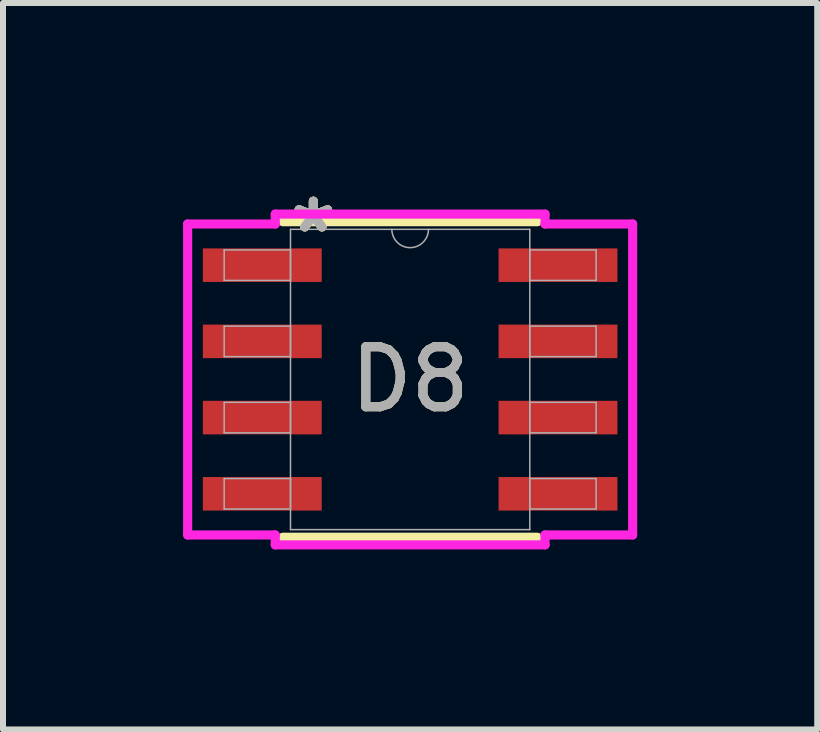
<source format=kicad_pcb>
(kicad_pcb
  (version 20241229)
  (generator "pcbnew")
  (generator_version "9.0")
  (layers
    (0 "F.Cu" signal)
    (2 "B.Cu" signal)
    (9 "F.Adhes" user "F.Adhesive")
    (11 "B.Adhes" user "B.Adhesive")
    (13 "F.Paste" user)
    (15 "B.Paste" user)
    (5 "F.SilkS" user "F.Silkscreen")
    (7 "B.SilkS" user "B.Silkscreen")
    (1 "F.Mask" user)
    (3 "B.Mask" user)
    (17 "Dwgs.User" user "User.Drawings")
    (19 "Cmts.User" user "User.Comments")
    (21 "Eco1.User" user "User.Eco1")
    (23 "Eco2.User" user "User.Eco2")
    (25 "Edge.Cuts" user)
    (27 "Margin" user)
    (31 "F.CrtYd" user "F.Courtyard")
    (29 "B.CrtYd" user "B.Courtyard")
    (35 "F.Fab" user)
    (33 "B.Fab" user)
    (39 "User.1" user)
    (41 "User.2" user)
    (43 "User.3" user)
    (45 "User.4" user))
  (footprint "D8"
    (layer "F.Cu")
    (at 3.785 3.274)
    (property "Reference" "D8" (at 0 0 0) (unlocked yes) (layer "F.SilkS") (effects (font (size 1 1) (thickness 0.15))))
    (attr smd)
    (fp_line (start -2.121 2.629) (end 2.121 2.629) (stroke (width 0.152) (type solid)) (layer "F.SilkS"))
    (fp_line (start 2.121 -2.629) (end -2.121 -2.629) (stroke (width 0.152) (type solid)) (layer "F.SilkS"))
    (fp_line (start -3.708 -2.591) (end -2.248 -2.591) (stroke (width 0.152) (type solid)) (layer "F.CrtYd"))
    (fp_line (start -3.708 2.591) (end -3.708 -2.591) (stroke (width 0.152) (type solid)) (layer "F.CrtYd"))
    (fp_line (start -3.708 2.591) (end -2.248 2.591) (stroke (width 0.152) (type solid)) (layer "F.CrtYd"))
    (fp_line (start -2.248 -2.756) (end 2.248 -2.756) (stroke (width 0.152) (type solid)) (layer "F.CrtYd"))
    (fp_line (start -2.248 -2.591) (end -2.248 -2.756) (stroke (width 0.152) (type solid)) (layer "F.CrtYd"))
    (fp_line (start -2.248 2.756) (end -2.248 2.591) (stroke (width 0.152) (type solid)) (layer "F.CrtYd"))
    (fp_line (start 2.248 -2.756) (end 2.248 -2.591) (stroke (width 0.152) (type solid)) (layer "F.CrtYd"))
    (fp_line (start 2.248 2.591) (end 2.248 2.756) (stroke (width 0.152) (type solid)) (layer "F.CrtYd"))
    (fp_line (start 2.248 2.756) (end -2.248 2.756) (stroke (width 0.152) (type solid)) (layer "F.CrtYd"))
    (fp_line (start 3.708 -2.591) (end 2.248 -2.591) (stroke (width 0.152) (type solid)) (layer "F.CrtYd"))
    (fp_line (start 3.708 -2.591) (end 3.708 2.591) (stroke (width 0.152) (type solid)) (layer "F.CrtYd"))
    (fp_line (start 3.708 2.591) (end 2.248 2.591) (stroke (width 0.152) (type solid)) (layer "F.CrtYd"))
    (fp_line (start -3.099 -2.159) (end -3.099 -1.651) (stroke (width 0.025) (type solid)) (layer "F.Fab"))
    (fp_line (start -3.099 -1.651) (end -1.994 -1.651) (stroke (width 0.025) (type solid)) (layer "F.Fab"))
    (fp_line (start -3.099 -0.889) (end -3.099 -0.381) (stroke (width 0.025) (type solid)) (layer "F.Fab"))
    (fp_line (start -3.099 -0.381) (end -1.994 -0.381) (stroke (width 0.025) (type solid)) (layer "F.Fab"))
    (fp_line (start -3.099 0.381) (end -3.099 0.889) (stroke (width 0.025) (type solid)) (layer "F.Fab"))
    (fp_line (start -3.099 0.889) (end -1.994 0.889) (stroke (width 0.025) (type solid)) (layer "F.Fab"))
    (fp_line (start -3.099 1.651) (end -3.099 2.159) (stroke (width 0.025) (type solid)) (layer "F.Fab"))
    (fp_line (start -3.099 2.159) (end -1.994 2.159) (stroke (width 0.025) (type solid)) (layer "F.Fab"))
    (fp_line (start -1.994 -2.502) (end -1.994 2.502) (stroke (width 0.025) (type solid)) (layer "F.Fab"))
    (fp_line (start -1.994 -2.159) (end -3.099 -2.159) (stroke (width 0.025) (type solid)) (layer "F.Fab"))
    (fp_line (start -1.994 -1.651) (end -1.994 -2.159) (stroke (width 0.025) (type solid)) (layer "F.Fab"))
    (fp_line (start -1.994 -0.889) (end -3.099 -0.889) (stroke (width 0.025) (type solid)) (layer "F.Fab"))
    (fp_line (start -1.994 -0.381) (end -1.994 -0.889) (stroke (width 0.025) (type solid)) (layer "F.Fab"))
    (fp_line (start -1.994 0.381) (end -3.099 0.381) (stroke (width 0.025) (type solid)) (layer "F.Fab"))
    (fp_line (start -1.994 0.889) (end -1.994 0.381) (stroke (width 0.025) (type solid)) (layer "F.Fab"))
    (fp_line (start -1.994 1.651) (end -3.099 1.651) (stroke (width 0.025) (type solid)) (layer "F.Fab"))
    (fp_line (start -1.994 2.159) (end -1.994 1.651) (stroke (width 0.025) (type solid)) (layer "F.Fab"))
    (fp_line (start -1.994 2.502) (end 1.994 2.502) (stroke (width 0.025) (type solid)) (layer "F.Fab"))
    (fp_line (start 1.994 -2.502) (end -1.994 -2.502) (stroke (width 0.025) (type solid)) (layer "F.Fab"))
    (fp_line (start 1.994 -2.159) (end 1.994 -1.651) (stroke (width 0.025) (type solid)) (layer "F.Fab"))
    (fp_line (start 1.994 -1.651) (end 3.099 -1.651) (stroke (width 0.025) (type solid)) (layer "F.Fab"))
    (fp_line (start 1.994 -0.889) (end 1.994 -0.381) (stroke (width 0.025) (type solid)) (layer "F.Fab"))
    (fp_line (start 1.994 -0.381) (end 3.099 -0.381) (stroke (width 0.025) (type solid)) (layer "F.Fab"))
    (fp_line (start 1.994 0.381) (end 1.994 0.889) (stroke (width 0.025) (type solid)) (layer "F.Fab"))
    (fp_line (start 1.994 0.889) (end 3.099 0.889) (stroke (width 0.025) (type solid)) (layer "F.Fab"))
    (fp_line (start 1.994 1.651) (end 1.994 2.159) (stroke (width 0.025) (type solid)) (layer "F.Fab"))
    (fp_line (start 1.994 2.159) (end 3.099 2.159) (stroke (width 0.025) (type solid)) (layer "F.Fab"))
    (fp_line (start 1.994 2.502) (end 1.994 -2.502) (stroke (width 0.025) (type solid)) (layer "F.Fab"))
    (fp_line (start 3.099 -2.159) (end 1.994 -2.159) (stroke (width 0.025) (type solid)) (layer "F.Fab"))
    (fp_line (start 3.099 -1.651) (end 3.099 -2.159) (stroke (width 0.025) (type solid)) (layer "F.Fab"))
    (fp_line (start 3.099 -0.889) (end 1.994 -0.889) (stroke (width 0.025) (type solid)) (layer "F.Fab"))
    (fp_line (start 3.099 -0.381) (end 3.099 -0.889) (stroke (width 0.025) (type solid)) (layer "F.Fab"))
    (fp_line (start 3.099 0.381) (end 1.994 0.381) (stroke (width 0.025) (type solid)) (layer "F.Fab"))
    (fp_line (start 3.099 0.889) (end 3.099 0.381) (stroke (width 0.025) (type solid)) (layer "F.Fab"))
    (fp_line (start 3.099 1.651) (end 1.994 1.651) (stroke (width 0.025) (type solid)) (layer "F.Fab"))
    (fp_line (start 3.099 2.159) (end 3.099 1.651) (stroke (width 0.025) (type solid)) (layer "F.Fab"))
    (fp_arc (start 0.3048 -2.5019) (mid 0 -2.1971) (end -0.3048 -2.5019) (stroke (width 0.0254) (type solid)) (layer "F.Fab"))
    (fp_text user "*" (at -1.613 -2.426 0) (unlocked yes) (layer "F.SilkS") (effects (font (size 1 1) (thickness 0.15))))
    (fp_text user "*" (at -1.613 -2.426 0) (layer "F.SilkS") (effects (font (size 1 1) (thickness 0.15))))
    (fp_text user "${REFERENCE}" (at 0 0 0) (unlocked yes) (layer "F.Fab") (effects (font (size 1 1) (thickness 0.15))))
    (fp_text user "*" (at -1.613 -2.426 0) (unlocked yes) (layer "F.Fab") (effects (font (size 1 1) (thickness 0.15))))
    (fp_text user "*" (at -1.613 -2.426 0) (layer "F.Fab") (effects (font (size 1 1) (thickness 0.15))))
    (pad "1" smd rect (at -2.464 -1.905) (size 1.981 0.559) (layers "F.Cu" "F.Mask" "F.Paste"))
    (pad "2" smd rect (at -2.464 -0.635) (size 1.981 0.559) (layers "F.Cu" "F.Mask" "F.Paste"))
    (pad "3" smd rect (at -2.464 0.635) (size 1.981 0.559) (layers "F.Cu" "F.Mask" "F.Paste"))
    (pad "4" smd rect (at -2.464 1.905) (size 1.981 0.559) (layers "F.Cu" "F.Mask" "F.Paste"))
    (pad "5" smd rect (at 2.464 1.905) (size 1.981 0.559) (layers "F.Cu" "F.Mask" "F.Paste"))
    (pad "6" smd rect (at 2.464 0.635) (size 1.981 0.559) (layers "F.Cu" "F.Mask" "F.Paste"))
    (pad "7" smd rect (at 2.464 -0.635) (size 1.981 0.559) (layers "F.Cu" "F.Mask" "F.Paste"))
    (pad "8" smd rect (at 2.464 -1.905) (size 1.981 0.559) (layers "F.Cu" "F.Mask" "F.Paste")))
  (gr_rect
    (start -3 -3)
    (end 10.569 9.106)
    (stroke (width 0.1) (type default))
    (fill no)
    (layer "Edge.Cuts")))
</source>
